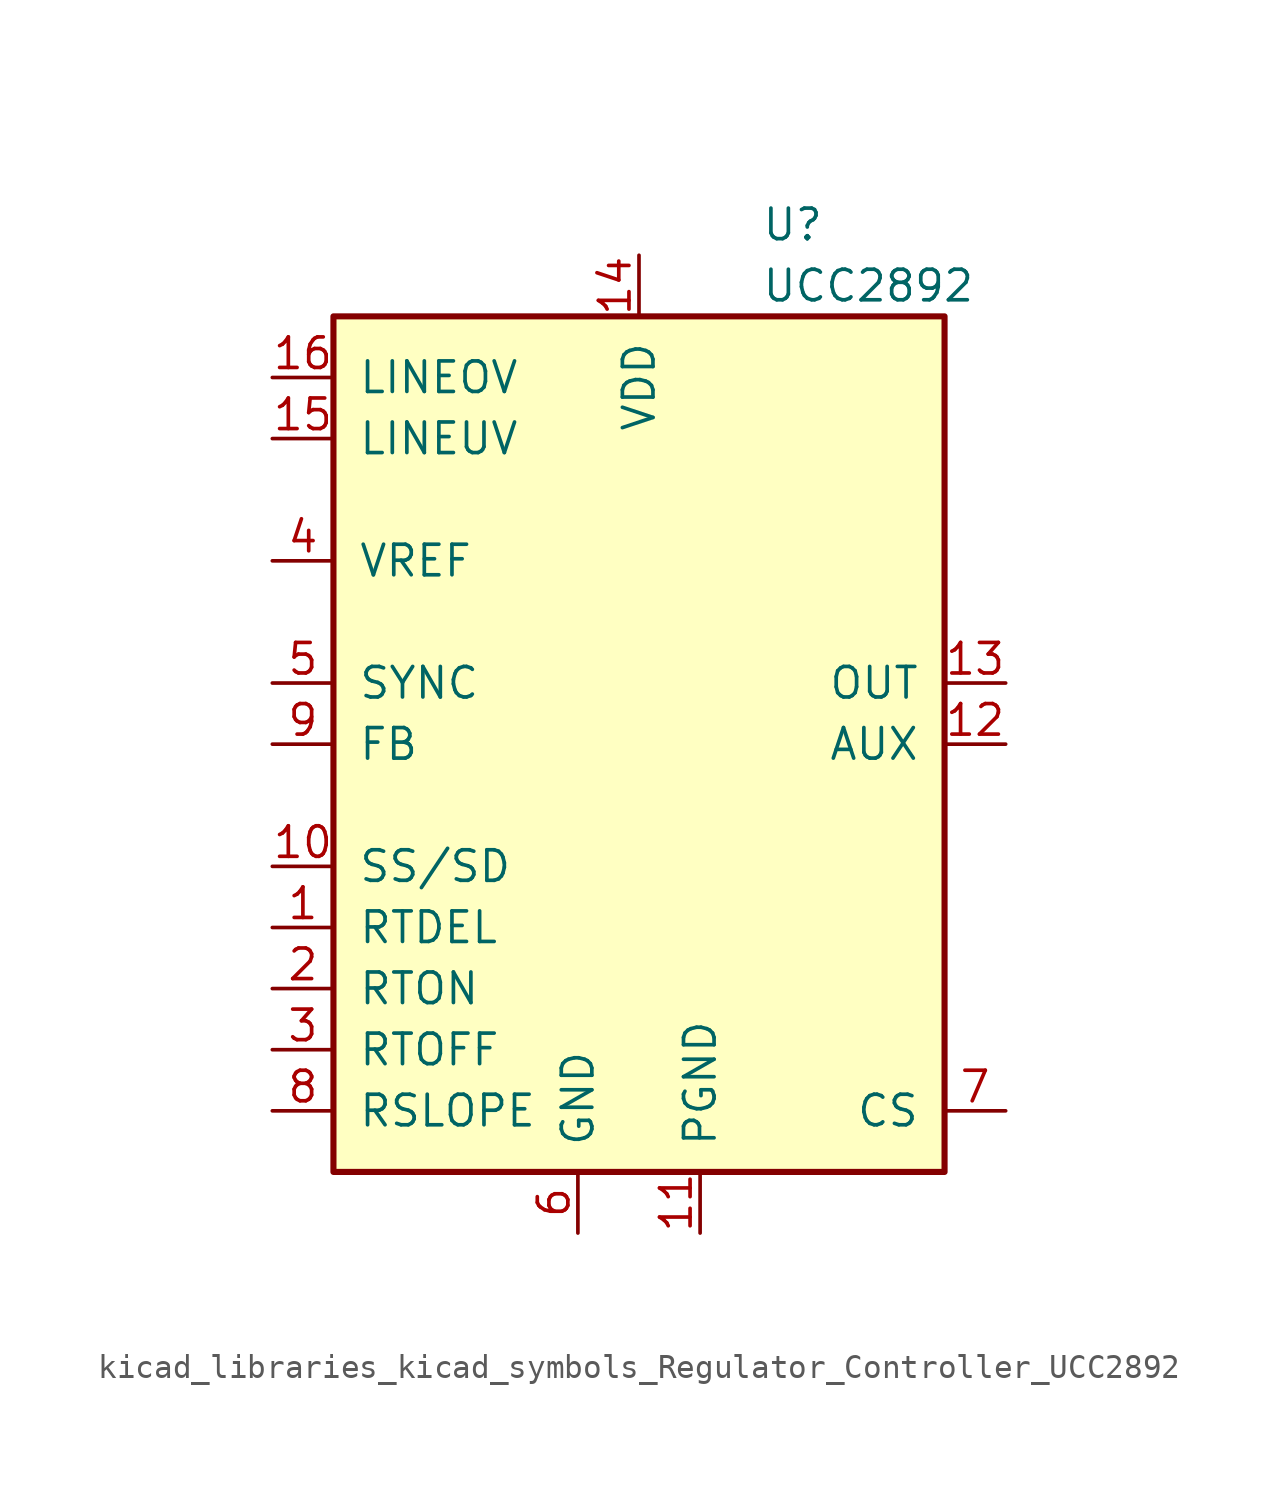
<source format=kicad_sym>
(kicad_symbol_lib
  (version 20220914)
  (generator kicad_symbol_editor)
  (symbol "kicad_libraries_kicad_symbols_Regulator_Controller_UCC2892"
    (pin_names
      (offset 1.016))
    (property "Reference" "U"
      (at 5.08 21.59 0)
      (effects (font (size 1.27 1.27)) (justify left)))
    (property "Value" "UCC2892"
      (at 5.08 19.05 0)
      (effects (font (size 1.27 1.27)) (justify left)))
    (symbol "kicad_libraries_kicad_symbols_Regulator_Controller_UCC2892_0_1"
      (rectangle (start -12.7 -17.78) (end 12.7 17.78) (stroke (width 0.254) (type default)) (fill (type background))))
    (symbol "kicad_libraries_kicad_symbols_Regulator_Controller_UCC2892_1_1"
      (pin passive line (at -15.24 -7.62 0) (length 2.54) (name "RTDEL" (effects (font (size 1.27 1.27)))) (number "1" (effects (font (size 1.27 1.27)))))
      (pin passive line (at -15.24 -5.08 0) (length 2.54) (name "SS/SD" (effects (font (size 1.27 1.27)))) (number "10" (effects (font (size 1.27 1.27)))))
      (pin power_in line (at 2.54 -20.32 90) (length 2.54) (name "PGND" (effects (font (size 1.27 1.27)))) (number "11" (effects (font (size 1.27 1.27)))))
      (pin output line (at 15.24 0 180) (length 2.54) (name "AUX" (effects (font (size 1.27 1.27)))) (number "12" (effects (font (size 1.27 1.27)))))
      (pin output line (at 15.24 2.54 180) (length 2.54) (name "OUT" (effects (font (size 1.27 1.27)))) (number "13" (effects (font (size 1.27 1.27)))))
      (pin power_in line (at 0 20.32 270) (length 2.54) (name "VDD" (effects (font (size 1.27 1.27)))) (number "14" (effects (font (size 1.27 1.27)))))
      (pin passive line (at -15.24 12.7 0) (length 2.54) (name "LINEUV" (effects (font (size 1.27 1.27)))) (number "15" (effects (font (size 1.27 1.27)))))
      (pin passive line (at -15.24 15.24 0) (length 2.54) (name "LINEOV" (effects (font (size 1.27 1.27)))) (number "16" (effects (font (size 1.27 1.27)))))
      (pin passive line (at -15.24 -10.16 0) (length 2.54) (name "RTON" (effects (font (size 1.27 1.27)))) (number "2" (effects (font (size 1.27 1.27)))))
      (pin passive line (at -15.24 -12.7 0) (length 2.54) (name "RTOFF" (effects (font (size 1.27 1.27)))) (number "3" (effects (font (size 1.27 1.27)))))
      (pin output line (at -15.24 7.62 0) (length 2.54) (name "VREF" (effects (font (size 1.27 1.27)))) (number "4" (effects (font (size 1.27 1.27)))))
      (pin input line (at -15.24 2.54 0) (length 2.54) (name "SYNC" (effects (font (size 1.27 1.27)))) (number "5" (effects (font (size 1.27 1.27)))))
      (pin power_in line (at -2.54 -20.32 90) (length 2.54) (name "GND" (effects (font (size 1.27 1.27)))) (number "6" (effects (font (size 1.27 1.27)))))
      (pin input line (at 15.24 -15.24 180) (length 2.54) (name "CS" (effects (font (size 1.27 1.27)))) (number "7" (effects (font (size 1.27 1.27)))))
      (pin passive line (at -15.24 -15.24 0) (length 2.54) (name "RSLOPE" (effects (font (size 1.27 1.27)))) (number "8" (effects (font (size 1.27 1.27)))))
      (pin input line (at -15.24 0 0) (length 2.54) (name "FB" (effects (font (size 1.27 1.27)))) (number "9" (effects (font (size 1.27 1.27))))))))
</source>
